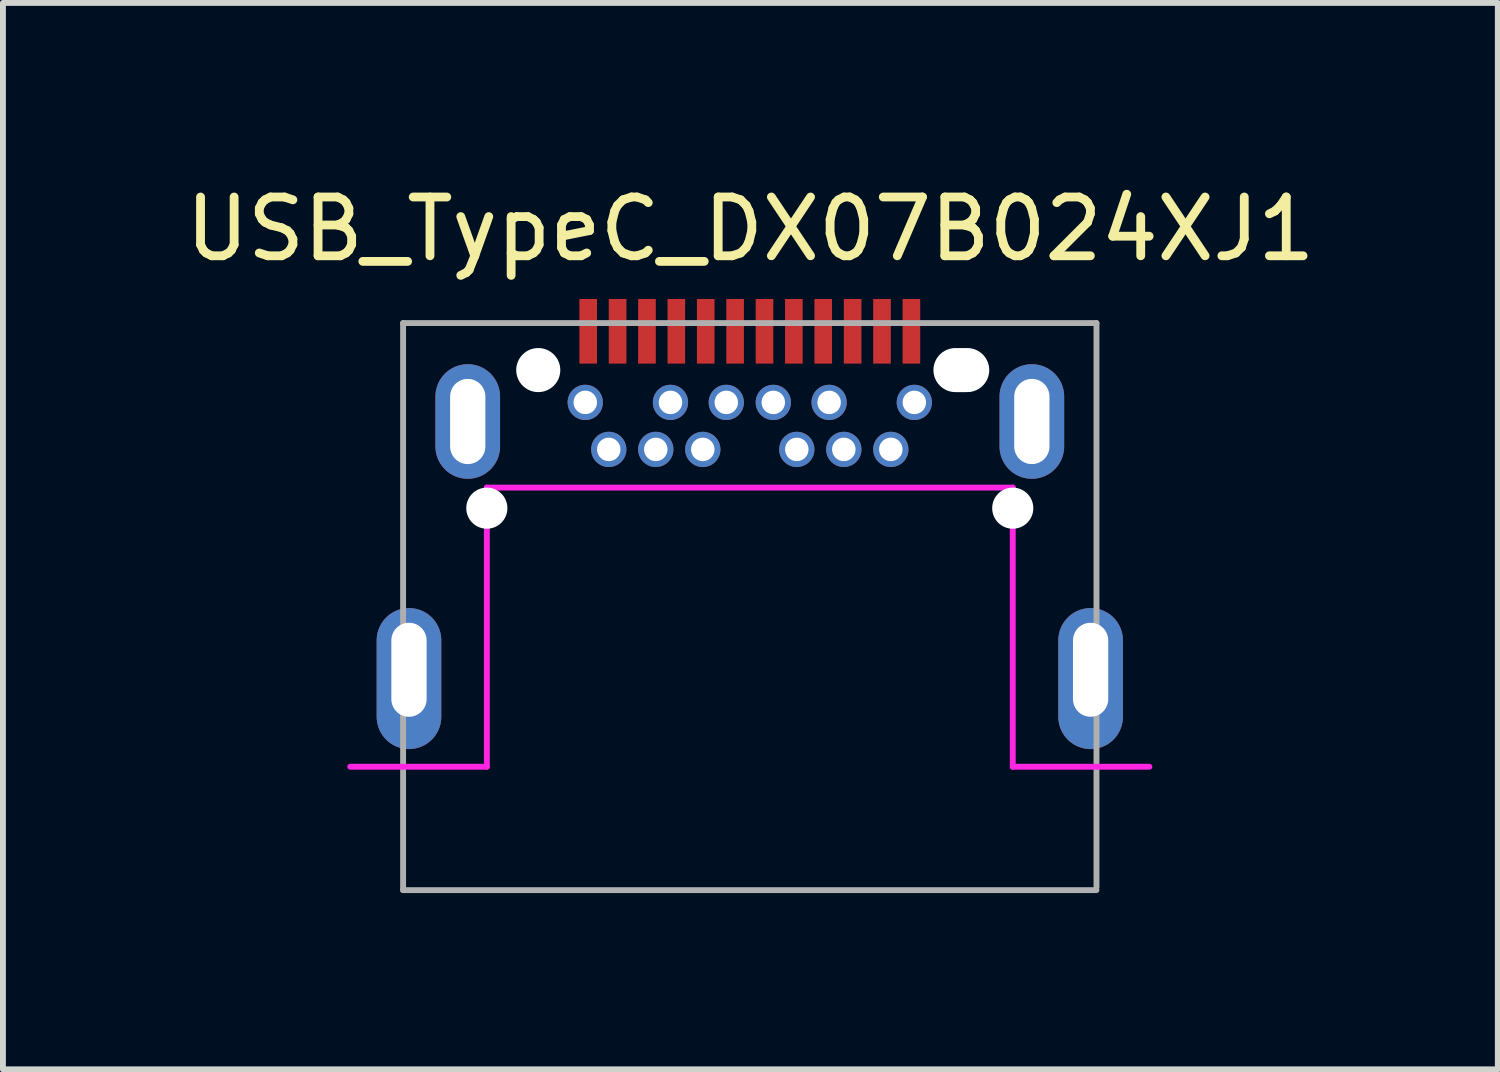
<source format=kicad_pcb>
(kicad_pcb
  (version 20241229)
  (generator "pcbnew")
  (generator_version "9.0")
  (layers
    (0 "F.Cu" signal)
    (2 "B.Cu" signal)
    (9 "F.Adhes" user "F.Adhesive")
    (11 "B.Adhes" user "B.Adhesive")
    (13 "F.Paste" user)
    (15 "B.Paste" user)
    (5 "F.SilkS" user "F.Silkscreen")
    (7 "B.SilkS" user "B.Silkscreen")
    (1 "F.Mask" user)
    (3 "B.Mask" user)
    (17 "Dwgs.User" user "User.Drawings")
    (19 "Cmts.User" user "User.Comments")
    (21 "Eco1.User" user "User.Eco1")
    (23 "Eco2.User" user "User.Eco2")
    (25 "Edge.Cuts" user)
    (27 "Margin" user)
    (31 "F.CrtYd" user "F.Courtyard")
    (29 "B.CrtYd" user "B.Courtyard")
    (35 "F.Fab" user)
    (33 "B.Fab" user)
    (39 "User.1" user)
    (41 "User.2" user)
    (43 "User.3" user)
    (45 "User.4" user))
  (footprint "USB_TypeC_DX07B024XJ1"
    (layer "F.Cu")
    (at 9.71 3.248)
    (property "Reference" "USB_TypeC_DX07B024XJ1" (at 0.01 -2.4 0) (layer "F.SilkS") (effects (font (size 1 1) (thickness 0.15))))
    (attr through_hole)
    (fp_line (start -6.8 6.75) (end -4.475 6.75) (stroke (width 0.1) (type solid)) (layer "F.CrtYd"))
    (fp_line (start -4.475 2) (end 4.475 2) (stroke (width 0.1) (type solid)) (layer "F.CrtYd"))
    (fp_line (start -4.475 6.75) (end -4.475 2) (stroke (width 0.1) (type solid)) (layer "F.CrtYd"))
    (fp_line (start 4.475 6.75) (end 4.475 2) (stroke (width 0.1) (type solid)) (layer "F.CrtYd"))
    (fp_line (start 4.475 6.75) (end 6.8 6.75) (stroke (width 0.1) (type solid)) (layer "F.CrtYd"))
    (fp_line (start -5.9 -0.8) (end -5.9 8.85) (stroke (width 0.1) (type solid)) (layer "F.Fab"))
    (fp_line (start -5.9 8.85) (end 5.9 8.85) (stroke (width 0.1) (type solid)) (layer "F.Fab"))
    (fp_line (start 5.9 -0.8) (end -5.9 -0.8) (stroke (width 0.1) (type solid)) (layer "F.Fab"))
    (fp_line (start 5.9 8.8) (end 5.9 -0.8) (stroke (width 0.1) (type solid)) (layer "F.Fab"))
    (pad "" np_thru_hole circle (at -4.475 2.35) (size 0.7 0.7) (drill 0.7) (layers "*.Cu" "*.Mask"))
    (pad "" np_thru_hole circle (at -3.6 0) (size 0.75 0.75) (drill 0.75) (layers "*.Cu" "*.Mask"))
    (pad "" np_thru_hole oval (at 3.6 0) (size 0.95 0.75) (drill oval 0.95 0.75) (layers "*.Cu" "*.Mask"))
    (pad "" np_thru_hole circle (at 4.475 2.35) (size 0.7 0.7) (drill 0.7) (layers "*.Cu" "*.Mask"))
    (pad "A1" smd rect (at -2.75 -0.66) (size 0.3 1.1) (layers "F.Cu" "F.Mask" "F.Paste"))
    (pad "A2" smd rect (at -2.25 -0.66) (size 0.3 1.1) (layers "F.Cu" "F.Mask" "F.Paste"))
    (pad "A3" smd rect (at -1.75 -0.66) (size 0.3 1.1) (layers "F.Cu" "F.Mask" "F.Paste"))
    (pad "A4" smd rect (at -1.25 -0.66) (size 0.3 1.1) (layers "F.Cu" "F.Mask" "F.Paste"))
    (pad "A5" smd rect (at -0.75 -0.66) (size 0.3 1.1) (layers "F.Cu" "F.Mask" "F.Paste"))
    (pad "A6" smd rect (at -0.25 -0.66) (size 0.3 1.1) (layers "F.Cu" "F.Mask" "F.Paste"))
    (pad "A7" smd rect (at 0.25 -0.66) (size 0.3 1.1) (layers "F.Cu" "F.Mask" "F.Paste"))
    (pad "A8" smd rect (at 0.75 -0.66) (size 0.3 1.1) (layers "F.Cu" "F.Mask" "F.Paste"))
    (pad "A9" smd rect (at 1.25 -0.66) (size 0.3 1.1) (layers "F.Cu" "F.Mask" "F.Paste"))
    (pad "A10" smd rect (at 1.75 -0.66) (size 0.3 1.1) (layers "F.Cu" "F.Mask" "F.Paste"))
    (pad "A11" smd rect (at 2.25 -0.66) (size 0.3 1.1) (layers "F.Cu" "F.Mask" "F.Paste"))
    (pad "A12" smd rect (at 2.75 -0.66) (size 0.3 1.1) (layers "F.Cu" "F.Mask" "F.Paste"))
    (pad "B1" thru_hole circle (at 2.8 0.55) (size 0.6 0.6) (drill 0.4) (layers "*.Cu" "*.Mask"))
    (pad "B2" thru_hole circle (at 2.4 1.35) (size 0.6 0.6) (drill 0.4) (layers "*.Cu" "*.Mask"))
    (pad "B3" thru_hole circle (at 1.6 1.35) (size 0.6 0.6) (drill 0.4) (layers "*.Cu" "*.Mask"))
    (pad "B4" thru_hole circle (at 1.35 0.55) (size 0.6 0.6) (drill 0.4) (layers "*.Cu" "*.Mask"))
    (pad "B5" thru_hole circle (at 0.8 1.35) (size 0.6 0.6) (drill 0.4) (layers "*.Cu" "*.Mask"))
    (pad "B6" thru_hole circle (at 0.4 0.55) (size 0.6 0.6) (drill 0.4) (layers "*.Cu" "*.Mask"))
    (pad "B7" thru_hole circle (at -0.4 0.55) (size 0.6 0.6) (drill 0.4) (layers "*.Cu" "*.Mask"))
    (pad "B8" thru_hole circle (at -0.8 1.35) (size 0.6 0.6) (drill 0.4) (layers "*.Cu" "*.Mask"))
    (pad "B9" thru_hole circle (at -1.35 0.55) (size 0.6 0.6) (drill 0.4) (layers "*.Cu" "*.Mask"))
    (pad "B10" thru_hole circle (at -1.6 1.35) (size 0.6 0.6) (drill 0.4) (layers "*.Cu" "*.Mask"))
    (pad "B11" thru_hole circle (at -2.4 1.35) (size 0.6 0.6) (drill 0.4) (layers "*.Cu" "*.Mask"))
    (pad "B12" thru_hole circle (at -2.8 0.55) (size 0.6 0.6) (drill 0.4) (layers "*.Cu" "*.Mask"))
    (pad "S1" thru_hole oval (at -5.8 5.1) (size 1.1 2.4) (drill oval 0.6 1.6 (offset 0 0.15)) (layers "*.Cu" "*.Mask"))
    (pad "S1" thru_hole oval (at -4.8 0.875) (size 1.1 1.95) (drill oval 0.6 1.45) (layers "*.Cu" "*.Mask"))
    (pad "S1" thru_hole oval (at 4.8 0.875) (size 1.1 1.95) (drill oval 0.6 1.45) (layers "*.Cu" "*.Mask"))
    (pad "S1" thru_hole oval (at 5.8 5.1) (size 1.1 2.4) (drill oval 0.6 1.6 (offset 0 0.15)) (layers "*.Cu" "*.Mask")))
  (gr_rect
    (start -3 -3)
    (end 22.44 15.148)
    (stroke (width 0.1) (type default))
    (fill no)
    (layer "Edge.Cuts")))
</source>
